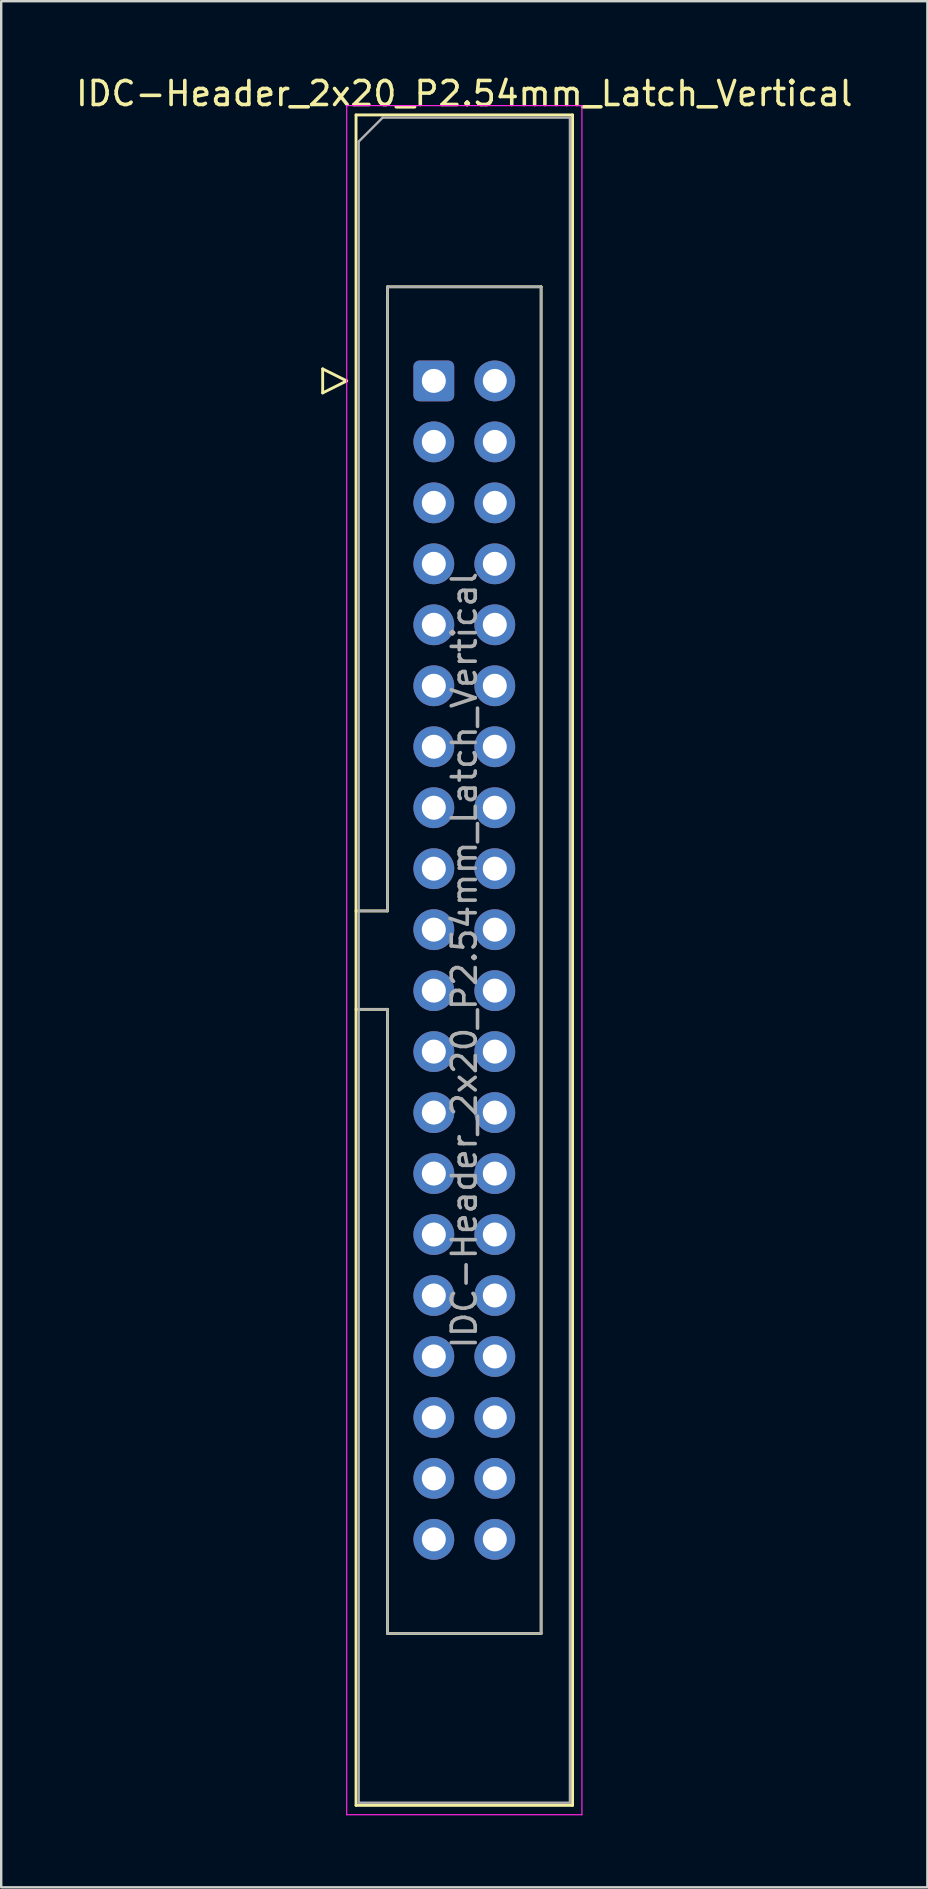
<source format=kicad_pcb>
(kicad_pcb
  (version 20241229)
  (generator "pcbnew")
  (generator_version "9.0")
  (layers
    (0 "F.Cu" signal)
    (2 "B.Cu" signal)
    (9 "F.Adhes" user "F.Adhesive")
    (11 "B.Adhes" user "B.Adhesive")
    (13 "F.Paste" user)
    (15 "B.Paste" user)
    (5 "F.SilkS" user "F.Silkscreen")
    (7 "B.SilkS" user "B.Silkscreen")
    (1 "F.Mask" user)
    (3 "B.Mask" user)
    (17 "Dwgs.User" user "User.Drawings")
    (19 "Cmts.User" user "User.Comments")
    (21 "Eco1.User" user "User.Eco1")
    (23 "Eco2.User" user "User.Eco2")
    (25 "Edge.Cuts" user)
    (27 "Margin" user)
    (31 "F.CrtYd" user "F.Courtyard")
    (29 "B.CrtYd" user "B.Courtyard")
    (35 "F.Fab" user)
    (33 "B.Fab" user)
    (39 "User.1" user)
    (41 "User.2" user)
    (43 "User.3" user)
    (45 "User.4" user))
  (footprint "IDC-Header_2x20_P2.54mm_Latch_Vertical"
    (layer "F.Cu")
    (at 15.022 12.818)
    (property "Reference" "IDC-Header_2x20_P2.54mm_Latch_Vertical" (at 1.27 -11.97 0) (layer "F.SilkS") (effects (font (size 1 1) (thickness 0.15))))
    (attr through_hole)
    (fp_line (start -4.63 -0.5) (end -4.63 0.5) (stroke (width 0.12) (type solid)) (layer "F.SilkS"))
    (fp_line (start -4.63 0.5) (end -3.63 0) (stroke (width 0.12) (type solid)) (layer "F.SilkS"))
    (fp_line (start -3.63 0) (end -4.63 -0.5) (stroke (width 0.12) (type solid)) (layer "F.SilkS"))
    (fp_line (start -3.24 -11.08) (end 5.78 -11.08) (stroke (width 0.12) (type solid)) (layer "F.SilkS"))
    (fp_line (start -3.24 22.08) (end -1.93 22.08) (stroke (width 0.12) (type solid)) (layer "F.SilkS"))
    (fp_line (start -3.24 59.34) (end -3.24 -11.08) (stroke (width 0.12) (type solid)) (layer "F.SilkS"))
    (fp_line (start -1.93 -3.92) (end 4.47 -3.92) (stroke (width 0.12) (type solid)) (layer "F.SilkS"))
    (fp_line (start -1.93 22.08) (end -1.93 -3.92) (stroke (width 0.12) (type solid)) (layer "F.SilkS"))
    (fp_line (start -1.93 26.18) (end -3.24 26.18) (stroke (width 0.12) (type solid)) (layer "F.SilkS"))
    (fp_line (start -1.93 26.18) (end -1.93 26.18) (stroke (width 0.12) (type solid)) (layer "F.SilkS"))
    (fp_line (start -1.93 52.18) (end -1.93 26.18) (stroke (width 0.12) (type solid)) (layer "F.SilkS"))
    (fp_line (start 4.47 -3.92) (end 4.47 52.18) (stroke (width 0.12) (type solid)) (layer "F.SilkS"))
    (fp_line (start 4.47 52.18) (end -1.93 52.18) (stroke (width 0.12) (type solid)) (layer "F.SilkS"))
    (fp_line (start 5.78 -11.08) (end 5.78 59.34) (stroke (width 0.12) (type solid)) (layer "F.SilkS"))
    (fp_line (start 5.78 59.34) (end -3.24 59.34) (stroke (width 0.12) (type solid)) (layer "F.SilkS"))
    (fp_line (start -3.63 -11.47) (end -3.63 59.73) (stroke (width 0.05) (type solid)) (layer "F.CrtYd"))
    (fp_line (start -3.63 59.73) (end 6.17 59.73) (stroke (width 0.05) (type solid)) (layer "F.CrtYd"))
    (fp_line (start 6.17 -11.47) (end -3.63 -11.47) (stroke (width 0.05) (type solid)) (layer "F.CrtYd"))
    (fp_line (start 6.17 59.73) (end 6.17 -11.47) (stroke (width 0.05) (type solid)) (layer "F.CrtYd"))
    (fp_line (start -3.13 -9.97) (end -2.13 -10.97) (stroke (width 0.1) (type solid)) (layer "F.Fab"))
    (fp_line (start -3.13 22.08) (end -1.93 22.08) (stroke (width 0.1) (type solid)) (layer "F.Fab"))
    (fp_line (start -3.13 59.23) (end -3.13 -9.97) (stroke (width 0.1) (type solid)) (layer "F.Fab"))
    (fp_line (start -2.13 -10.97) (end 5.67 -10.97) (stroke (width 0.1) (type solid)) (layer "F.Fab"))
    (fp_line (start -1.93 -3.92) (end 4.47 -3.92) (stroke (width 0.1) (type solid)) (layer "F.Fab"))
    (fp_line (start -1.93 22.08) (end -1.93 -3.92) (stroke (width 0.1) (type solid)) (layer "F.Fab"))
    (fp_line (start -1.93 26.18) (end -3.13 26.18) (stroke (width 0.1) (type solid)) (layer "F.Fab"))
    (fp_line (start -1.93 26.18) (end -1.93 26.18) (stroke (width 0.1) (type solid)) (layer "F.Fab"))
    (fp_line (start -1.93 52.18) (end -1.93 26.18) (stroke (width 0.1) (type solid)) (layer "F.Fab"))
    (fp_line (start 4.47 -3.92) (end 4.47 52.18) (stroke (width 0.1) (type solid)) (layer "F.Fab"))
    (fp_line (start 4.47 52.18) (end -1.93 52.18) (stroke (width 0.1) (type solid)) (layer "F.Fab"))
    (fp_line (start 5.67 -10.97) (end 5.67 59.23) (stroke (width 0.1) (type solid)) (layer "F.Fab"))
    (fp_line (start 5.67 59.23) (end -3.13 59.23) (stroke (width 0.1) (type solid)) (layer "F.Fab"))
    (fp_text user "${REFERENCE}" (at 1.27 24.13 90) (layer "F.Fab") (effects (font (size 1 1) (thickness 0.15))))
    (pad "1" thru_hole roundrect (at 0 0) (size 1.7 1.7) (drill 1) (layers "*.Cu" "*.Mask") (roundrect_rratio 0.147))
    (pad "2" thru_hole circle (at 2.54 0) (size 1.7 1.7) (drill 1) (layers "*.Cu" "*.Mask"))
    (pad "3" thru_hole circle (at 0 2.54) (size 1.7 1.7) (drill 1) (layers "*.Cu" "*.Mask"))
    (pad "4" thru_hole circle (at 2.54 2.54) (size 1.7 1.7) (drill 1) (layers "*.Cu" "*.Mask"))
    (pad "5" thru_hole circle (at 0 5.08) (size 1.7 1.7) (drill 1) (layers "*.Cu" "*.Mask"))
    (pad "6" thru_hole circle (at 2.54 5.08) (size 1.7 1.7) (drill 1) (layers "*.Cu" "*.Mask"))
    (pad "7" thru_hole circle (at 0 7.62) (size 1.7 1.7) (drill 1) (layers "*.Cu" "*.Mask"))
    (pad "8" thru_hole circle (at 2.54 7.62) (size 1.7 1.7) (drill 1) (layers "*.Cu" "*.Mask"))
    (pad "9" thru_hole circle (at 0 10.16) (size 1.7 1.7) (drill 1) (layers "*.Cu" "*.Mask"))
    (pad "10" thru_hole circle (at 2.54 10.16) (size 1.7 1.7) (drill 1) (layers "*.Cu" "*.Mask"))
    (pad "11" thru_hole circle (at 0 12.7) (size 1.7 1.7) (drill 1) (layers "*.Cu" "*.Mask"))
    (pad "12" thru_hole circle (at 2.54 12.7) (size 1.7 1.7) (drill 1) (layers "*.Cu" "*.Mask"))
    (pad "13" thru_hole circle (at 0 15.24) (size 1.7 1.7) (drill 1) (layers "*.Cu" "*.Mask"))
    (pad "14" thru_hole circle (at 2.54 15.24) (size 1.7 1.7) (drill 1) (layers "*.Cu" "*.Mask"))
    (pad "15" thru_hole circle (at 0 17.78) (size 1.7 1.7) (drill 1) (layers "*.Cu" "*.Mask"))
    (pad "16" thru_hole circle (at 2.54 17.78) (size 1.7 1.7) (drill 1) (layers "*.Cu" "*.Mask"))
    (pad "17" thru_hole circle (at 0 20.32) (size 1.7 1.7) (drill 1) (layers "*.Cu" "*.Mask"))
    (pad "18" thru_hole circle (at 2.54 20.32) (size 1.7 1.7) (drill 1) (layers "*.Cu" "*.Mask"))
    (pad "19" thru_hole circle (at 0 22.86) (size 1.7 1.7) (drill 1) (layers "*.Cu" "*.Mask"))
    (pad "20" thru_hole circle (at 2.54 22.86) (size 1.7 1.7) (drill 1) (layers "*.Cu" "*.Mask"))
    (pad "21" thru_hole circle (at 0 25.4) (size 1.7 1.7) (drill 1) (layers "*.Cu" "*.Mask"))
    (pad "22" thru_hole circle (at 2.54 25.4) (size 1.7 1.7) (drill 1) (layers "*.Cu" "*.Mask"))
    (pad "23" thru_hole circle (at 0 27.94) (size 1.7 1.7) (drill 1) (layers "*.Cu" "*.Mask"))
    (pad "24" thru_hole circle (at 2.54 27.94) (size 1.7 1.7) (drill 1) (layers "*.Cu" "*.Mask"))
    (pad "25" thru_hole circle (at 0 30.48) (size 1.7 1.7) (drill 1) (layers "*.Cu" "*.Mask"))
    (pad "26" thru_hole circle (at 2.54 30.48) (size 1.7 1.7) (drill 1) (layers "*.Cu" "*.Mask"))
    (pad "27" thru_hole circle (at 0 33.02) (size 1.7 1.7) (drill 1) (layers "*.Cu" "*.Mask"))
    (pad "28" thru_hole circle (at 2.54 33.02) (size 1.7 1.7) (drill 1) (layers "*.Cu" "*.Mask"))
    (pad "29" thru_hole circle (at 0 35.56) (size 1.7 1.7) (drill 1) (layers "*.Cu" "*.Mask"))
    (pad "30" thru_hole circle (at 2.54 35.56) (size 1.7 1.7) (drill 1) (layers "*.Cu" "*.Mask"))
    (pad "31" thru_hole circle (at 0 38.1) (size 1.7 1.7) (drill 1) (layers "*.Cu" "*.Mask"))
    (pad "32" thru_hole circle (at 2.54 38.1) (size 1.7 1.7) (drill 1) (layers "*.Cu" "*.Mask"))
    (pad "33" thru_hole circle (at 0 40.64) (size 1.7 1.7) (drill 1) (layers "*.Cu" "*.Mask"))
    (pad "34" thru_hole circle (at 2.54 40.64) (size 1.7 1.7) (drill 1) (layers "*.Cu" "*.Mask"))
    (pad "35" thru_hole circle (at 0 43.18) (size 1.7 1.7) (drill 1) (layers "*.Cu" "*.Mask"))
    (pad "36" thru_hole circle (at 2.54 43.18) (size 1.7 1.7) (drill 1) (layers "*.Cu" "*.Mask"))
    (pad "37" thru_hole circle (at 0 45.72) (size 1.7 1.7) (drill 1) (layers "*.Cu" "*.Mask"))
    (pad "38" thru_hole circle (at 2.54 45.72) (size 1.7 1.7) (drill 1) (layers "*.Cu" "*.Mask"))
    (pad "39" thru_hole circle (at 0 48.26) (size 1.7 1.7) (drill 1) (layers "*.Cu" "*.Mask"))
    (pad "40" thru_hole circle (at 2.54 48.26) (size 1.7 1.7) (drill 1) (layers "*.Cu" "*.Mask")))
  (gr_rect
    (start -3 -3)
    (end 35.583 75.573)
    (stroke (width 0.1) (type default))
    (fill no)
    (layer "Edge.Cuts")))
</source>
